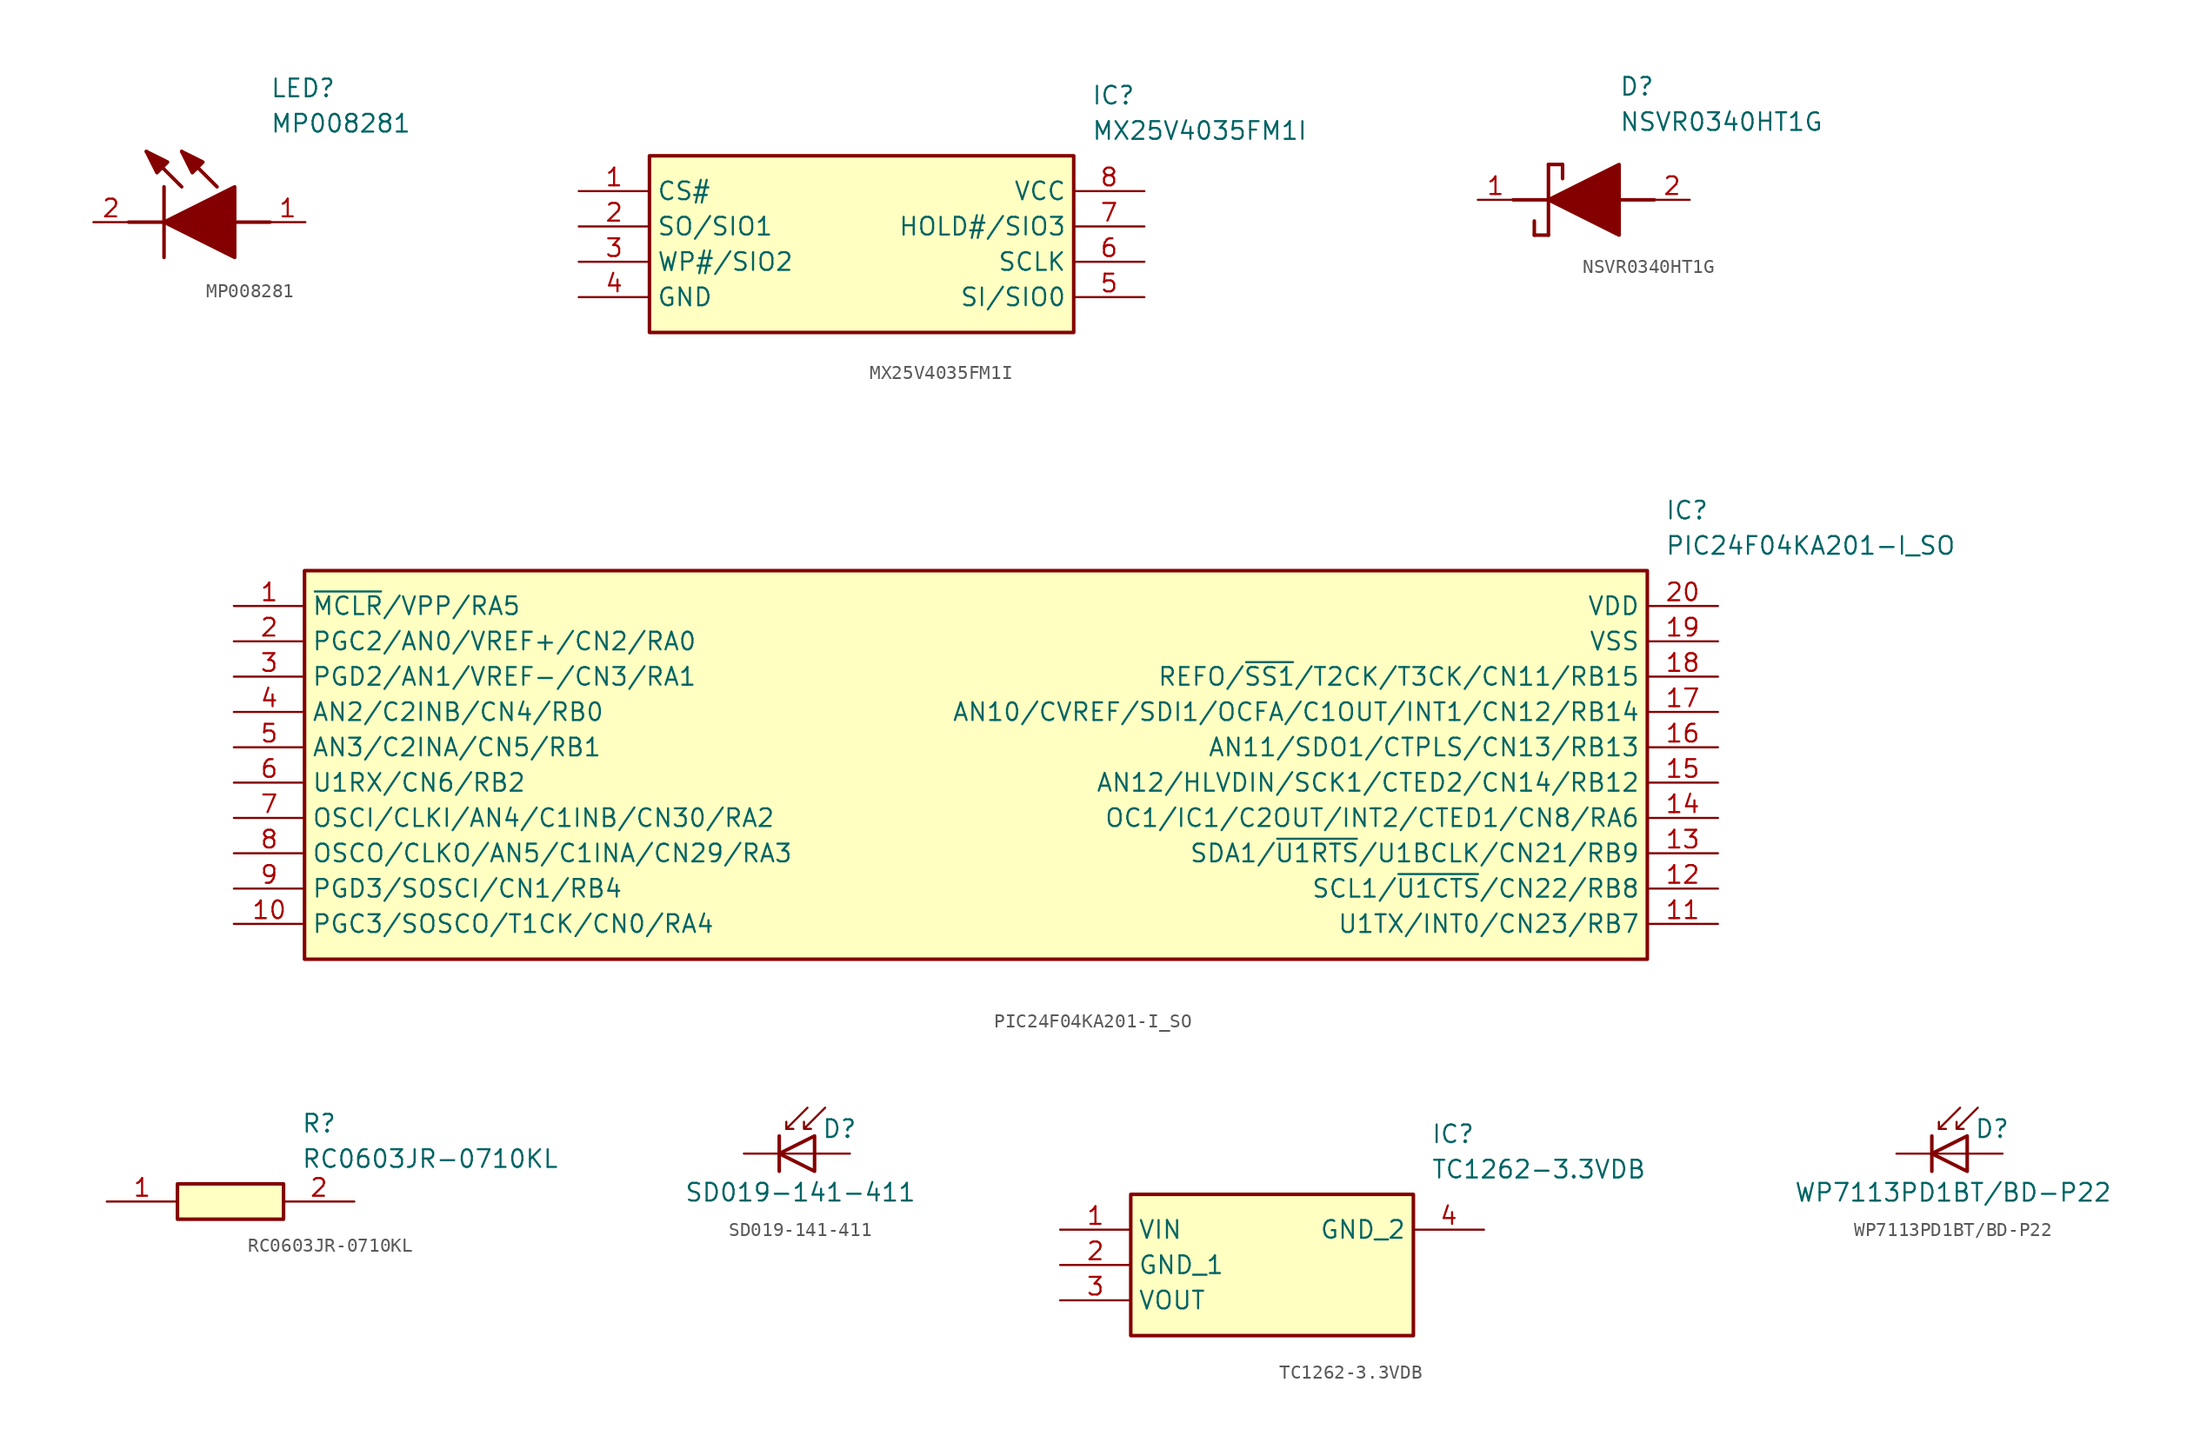
<source format=kicad_sym>
(kicad_symbol_lib
  (version 20241209)
  (generator "kicad_symbol_editor")
  (generator_version "9.0")
  (symbol "MP008281"
    (pin_names
      (hide yes))
    (property "Reference" "LED"
      (at 12.7 8.89 0)
      (effects (font (size 1.27 1.27)) (justify left bottom)))
    (property "Value" "MP008281"
      (at 12.7 6.35 0)
      (effects (font (size 1.27 1.27)) (justify left bottom)))
    (symbol "MP008281_1_1"
      (polyline (pts (xy 2.54 0) (xy 5.08 0)) (stroke (width 0.254) (type default)) (fill (type none)))
      (polyline (pts (xy 5.08 2.54) (xy 5.08 -2.54)) (stroke (width 0.254) (type default)) (fill (type none)))
      (polyline (pts (xy 5.08 0) (xy 10.16 2.54) (xy 10.16 -2.54) (xy 5.08 0)) (stroke (width 0.254) (type default)) (fill (type outline)))
      (polyline (pts (xy 5.334 4.318) (xy 4.572 3.556) (xy 3.81 5.08) (xy 5.334 4.318)) (stroke (width 0.254) (type default)) (fill (type outline)))
      (polyline (pts (xy 6.35 2.54) (xy 3.81 5.08)) (stroke (width 0.254) (type default)) (fill (type none)))
      (polyline (pts (xy 7.874 4.318) (xy 7.112 3.556) (xy 6.35 5.08) (xy 7.874 4.318)) (stroke (width 0.254) (type default)) (fill (type outline)))
      (polyline (pts (xy 8.89 2.54) (xy 6.35 5.08)) (stroke (width 0.254) (type default)) (fill (type none)))
      (polyline (pts (xy 10.16 0) (xy 12.7 0)) (stroke (width 0.254) (type default)) (fill (type none)))
      (pin passive line (at 0 0 0) (length 2.54) (name "K" (effects (font (size 1.27 1.27)))) (number "2" (effects (font (size 1.27 1.27)))))
      (pin passive line (at 15.24 0 180) (length 2.54) (name "A" (effects (font (size 1.27 1.27)))) (number "1" (effects (font (size 1.27 1.27)))))))
  (symbol "MX25V4035FM1I"
    (property "Reference" "IC"
      (at 36.83 7.62 0)
      (effects (font (size 1.27 1.27)) (justify left top)))
    (property "Value" "MX25V4035FM1I"
      (at 36.83 5.08 0)
      (effects (font (size 1.27 1.27)) (justify left top)))
    (symbol "MX25V4035FM1I_1_1"
      (rectangle (start 5.08 2.54) (end 35.56 -10.16) (stroke (width 0.254) (type default)) (fill (type background)))
      (pin passive line (at 0 0 0) (length 5.08) (name "CS#" (effects (font (size 1.27 1.27)))) (number "1" (effects (font (size 1.27 1.27)))))
      (pin passive line (at 0 -2.54 0) (length 5.08) (name "SO/SIO1" (effects (font (size 1.27 1.27)))) (number "2" (effects (font (size 1.27 1.27)))))
      (pin passive line (at 0 -5.08 0) (length 5.08) (name "WP#/SIO2" (effects (font (size 1.27 1.27)))) (number "3" (effects (font (size 1.27 1.27)))))
      (pin passive line (at 0 -7.62 0) (length 5.08) (name "GND" (effects (font (size 1.27 1.27)))) (number "4" (effects (font (size 1.27 1.27)))))
      (pin passive line (at 40.64 0 180) (length 5.08) (name "VCC" (effects (font (size 1.27 1.27)))) (number "8" (effects (font (size 1.27 1.27)))))
      (pin passive line (at 40.64 -2.54 180) (length 5.08) (name "HOLD#/SIO3" (effects (font (size 1.27 1.27)))) (number "7" (effects (font (size 1.27 1.27)))))
      (pin passive line (at 40.64 -5.08 180) (length 5.08) (name "SCLK" (effects (font (size 1.27 1.27)))) (number "6" (effects (font (size 1.27 1.27)))))
      (pin passive line (at 40.64 -7.62 180) (length 5.08) (name "SI/SIO0" (effects (font (size 1.27 1.27)))) (number "5" (effects (font (size 1.27 1.27)))))))
  (symbol "NSVR0340HT1G"
    (pin_names
      (hide yes))
    (property "Reference" "D"
      (at 12.7 8.89 0)
      (effects (font (size 1.27 1.27)) (justify left top)))
    (property "Value" "NSVR0340HT1G"
      (at 12.7 6.35 0)
      (effects (font (size 1.27 1.27)) (justify left top)))
    (symbol "NSVR0340HT1G_1_1"
      (polyline (pts (xy 5.08 0) (xy 7.62 0)) (stroke (width 0.254) (type default)) (fill (type none)))
      (polyline (pts (xy 6.604 -1.524) (xy 6.604 -2.54)) (stroke (width 0.254) (type default)) (fill (type none)))
      (polyline (pts (xy 7.62 2.54) (xy 7.62 -2.54)) (stroke (width 0.254) (type default)) (fill (type none)))
      (polyline (pts (xy 7.62 2.54) (xy 8.636 2.54)) (stroke (width 0.254) (type default)) (fill (type none)))
      (polyline (pts (xy 7.62 0) (xy 12.7 2.54) (xy 12.7 -2.54) (xy 7.62 0)) (stroke (width 0.254) (type default)) (fill (type outline)))
      (polyline (pts (xy 7.62 -2.54) (xy 6.604 -2.54)) (stroke (width 0.254) (type default)) (fill (type none)))
      (polyline (pts (xy 8.636 1.524) (xy 8.636 2.54)) (stroke (width 0.254) (type default)) (fill (type none)))
      (polyline (pts (xy 12.7 0) (xy 15.24 0)) (stroke (width 0.254) (type default)) (fill (type none)))
      (pin passive line (at 2.54 0 0) (length 2.54) (name "K" (effects (font (size 1.27 1.27)))) (number "1" (effects (font (size 1.27 1.27)))))
      (pin passive line (at 17.78 0 180) (length 2.54) (name "A" (effects (font (size 1.27 1.27)))) (number "2" (effects (font (size 1.27 1.27)))))))
  (symbol "PIC24F04KA201-I_SO"
    (property "Reference" "IC"
      (at 102.87 7.62 0)
      (effects (font (size 1.27 1.27)) (justify left top)))
    (property "Value" "PIC24F04KA201-I_SO"
      (at 102.87 5.08 0)
      (effects (font (size 1.27 1.27)) (justify left top)))
    (symbol "PIC24F04KA201-I_SO_1_1"
      (rectangle (start 5.08 2.54) (end 101.6 -25.4) (stroke (width 0.254) (type default)) (fill (type background)))
      (pin passive line (at 0 0 0) (length 5.08) (name "~{MCLR}/VPP/RA5" (effects (font (size 1.27 1.27)))) (number "1" (effects (font (size 1.27 1.27)))))
      (pin input line (at 0 -2.54 0) (length 5.08) (name "PGC2/AN0/VREF+/CN2/RA0" (effects (font (size 1.27 1.27)))) (number "2" (effects (font (size 1.27 1.27)))))
      (pin input line (at 0 -5.08 0) (length 5.08) (name "PGD2/AN1/VREF-/CN3/RA1" (effects (font (size 1.27 1.27)))) (number "3" (effects (font (size 1.27 1.27)))))
      (pin input line (at 0 -7.62 0) (length 5.08) (name "AN2/C2INB/CN4/RB0" (effects (font (size 1.27 1.27)))) (number "4" (effects (font (size 1.27 1.27)))))
      (pin input line (at 0 -10.16 0) (length 5.08) (name "AN3/C2INA/CN5/RB1" (effects (font (size 1.27 1.27)))) (number "5" (effects (font (size 1.27 1.27)))))
      (pin passive line (at 0 -12.7 0) (length 5.08) (name "U1RX/CN6/RB2" (effects (font (size 1.27 1.27)))) (number "6" (effects (font (size 1.27 1.27)))))
      (pin input line (at 0 -15.24 0) (length 5.08) (name "OSCI/CLKI/AN4/C1INB/CN30/RA2" (effects (font (size 1.27 1.27)))) (number "7" (effects (font (size 1.27 1.27)))))
      (pin output line (at 0 -17.78 0) (length 5.08) (name "OSCO/CLKO/AN5/C1INA/CN29/RA3" (effects (font (size 1.27 1.27)))) (number "8" (effects (font (size 1.27 1.27)))))
      (pin passive line (at 0 -20.32 0) (length 5.08) (name "PGD3/SOSCI/CN1/RB4" (effects (font (size 1.27 1.27)))) (number "9" (effects (font (size 1.27 1.27)))))
      (pin passive line (at 0 -22.86 0) (length 5.08) (name "PGC3/SOSCO/T1CK/CN0/RA4" (effects (font (size 1.27 1.27)))) (number "10" (effects (font (size 1.27 1.27)))))
      (pin power_in line (at 106.68 0 180) (length 5.08) (name "VDD" (effects (font (size 1.27 1.27)))) (number "20" (effects (font (size 1.27 1.27)))))
      (pin power_in line (at 106.68 -2.54 180) (length 5.08) (name "VSS" (effects (font (size 1.27 1.27)))) (number "19" (effects (font (size 1.27 1.27)))))
      (pin input line (at 106.68 -5.08 180) (length 5.08) (name "REFO/~{SS1}/T2CK/T3CK/CN11/RB15" (effects (font (size 1.27 1.27)))) (number "18" (effects (font (size 1.27 1.27)))))
      (pin output line (at 106.68 -7.62 180) (length 5.08) (name "AN10/CVREF/SDI1/OCFA/C1OUT/INT1/CN12/RB14" (effects (font (size 1.27 1.27)))) (number "17" (effects (font (size 1.27 1.27)))))
      (pin passive line (at 106.68 -10.16 180) (length 5.08) (name "AN11/SDO1/CTPLS/CN13/RB13" (effects (font (size 1.27 1.27)))) (number "16" (effects (font (size 1.27 1.27)))))
      (pin input line (at 106.68 -12.7 180) (length 5.08) (name "AN12/HLVDIN/SCK1/CTED2/CN14/RB12" (effects (font (size 1.27 1.27)))) (number "15" (effects (font (size 1.27 1.27)))))
      (pin output line (at 106.68 -15.24 180) (length 5.08) (name "OC1/IC1/C2OUT/INT2/CTED1/CN8/RA6" (effects (font (size 1.27 1.27)))) (number "14" (effects (font (size 1.27 1.27)))))
      (pin input line (at 106.68 -17.78 180) (length 5.08) (name "SDA1/~{U1RTS}/U1BCLK/CN21/RB9" (effects (font (size 1.27 1.27)))) (number "13" (effects (font (size 1.27 1.27)))))
      (pin passive line (at 106.68 -20.32 180) (length 5.08) (name "SCL1/~{U1CTS}/CN22/RB8" (effects (font (size 1.27 1.27)))) (number "12" (effects (font (size 1.27 1.27)))))
      (pin input line (at 106.68 -22.86 180) (length 5.08) (name "U1TX/INT0/CN23/RB7" (effects (font (size 1.27 1.27)))) (number "11" (effects (font (size 1.27 1.27)))))))
  (symbol "RC0603JR-0710KL"
    (pin_names hide)
    (property "Reference" "R"
      (at 13.97 6.35 0)
      (effects (font (size 1.27 1.27)) (justify left top)))
    (property "Value" "RC0603JR-0710KL"
      (at 13.97 3.81 0)
      (effects (font (size 1.27 1.27)) (justify left top)))
    (rectangle
      (start 5.08 1.27)
      (end 12.7 -1.27)
      (stroke (width 0.254) (type default))
      (fill (type background)))
    (pin passive line
      (at 0 0 0)
      (length 5.08)
      (name "1" (effects (font (size 1.27 1.27))))
      (number "1" (effects (font (size 1.27 1.27)))))
    (pin passive line
      (at 17.78 0 180)
      (length 5.08)
      (name "2" (effects (font (size 1.27 1.27))))
      (number "2" (effects (font (size 1.27 1.27))))))
  (symbol "SD019-141-411"
    (pin_numbers
      (hide yes))
    (pin_names
      (hide yes))
    (property "Reference" "D"
      (at 0.508 1.778 0)
      (effects (font (size 1.27 1.27)) (justify left)))
    (property "Value" "SD019-141-411"
      (at -1.016 -2.794 0)
      (effects (font (size 1.27 1.27))))
    (symbol "SD019-141-411_0_1"
      (polyline (pts (xy -2.54 1.27) (xy -2.54 -1.27)) (stroke (width 0.254) (type default)) (fill (type none)))
      (polyline (pts (xy -2.032 1.778) (xy -1.524 1.778)) (stroke (width 0) (type default)) (fill (type none)))
      (polyline (pts (xy -0.508 3.302) (xy -2.032 1.778) (xy -2.032 2.286)) (stroke (width 0) (type default)) (fill (type none)))
      (polyline (pts (xy 0 0) (xy -2.54 0)) (stroke (width 0) (type default)) (fill (type none)))
      (polyline (pts (xy 0 -1.27) (xy 0 1.27) (xy -2.54 0) (xy 0 -1.27)) (stroke (width 0.254) (type default)) (fill (type none)))
      (polyline (pts (xy 0.762 3.302) (xy -0.762 1.778) (xy -0.762 2.286) (xy -0.762 1.778) (xy -0.254 1.778)) (stroke (width 0) (type default)) (fill (type none))))
    (symbol "SD019-141-411_1_1"
      (pin passive line (at -5.08 0 0) (length 2.54) (name "K" (effects (font (size 1.27 1.27)))) (number "2" (effects (font (size 1.27 1.27)))))
      (pin passive line (at 2.54 0 180) (length 2.54) (name "A" (effects (font (size 1.27 1.27)))) (number "1" (effects (font (size 1.27 1.27)))))))
  (symbol "TC1262-3.3VDB"
    (property "Reference" "IC"
      (at 26.67 7.62 0)
      (effects (font (size 1.27 1.27)) (justify left top)))
    (property "Value" "TC1262-3.3VDB"
      (at 26.67 5.08 0)
      (effects (font (size 1.27 1.27)) (justify left top)))
    (symbol "TC1262-3.3VDB_1_1"
      (rectangle (start 5.08 2.54) (end 25.4 -7.62) (stroke (width 0.254) (type default)) (fill (type background)))
      (pin passive line (at 0 0 0) (length 5.08) (name "VIN" (effects (font (size 1.27 1.27)))) (number "1" (effects (font (size 1.27 1.27)))))
      (pin passive line (at 0 -2.54 0) (length 5.08) (name "GND_1" (effects (font (size 1.27 1.27)))) (number "2" (effects (font (size 1.27 1.27)))))
      (pin passive line (at 0 -5.08 0) (length 5.08) (name "VOUT" (effects (font (size 1.27 1.27)))) (number "3" (effects (font (size 1.27 1.27)))))
      (pin passive line (at 30.48 0 180) (length 5.08) (name "GND_2" (effects (font (size 1.27 1.27)))) (number "4" (effects (font (size 1.27 1.27)))))))
  (symbol "WP7113PD1BT/BD-P22"
    (pin_numbers
      (hide yes))
    (pin_names
      (hide yes))
    (property "Reference" "D"
      (at 0.508 1.778 0)
      (effects (font (size 1.27 1.27)) (justify left)))
    (property "Value" "WP7113PD1BT/BD-P22"
      (at -1.016 -2.794 0)
      (effects (font (size 1.27 1.27))))
    (symbol "WP7113PD1BT/BD-P22_0_1"
      (polyline (pts (xy -2.54 1.27) (xy -2.54 -1.27)) (stroke (width 0.254) (type default)) (fill (type none)))
      (polyline (pts (xy -2.032 1.778) (xy -1.524 1.778)) (stroke (width 0) (type default)) (fill (type none)))
      (polyline (pts (xy -0.508 3.302) (xy -2.032 1.778) (xy -2.032 2.286)) (stroke (width 0) (type default)) (fill (type none)))
      (polyline (pts (xy 0 0) (xy -2.54 0)) (stroke (width 0) (type default)) (fill (type none)))
      (polyline (pts (xy 0 -1.27) (xy 0 1.27) (xy -2.54 0) (xy 0 -1.27)) (stroke (width 0.254) (type default)) (fill (type none)))
      (polyline (pts (xy 0.762 3.302) (xy -0.762 1.778) (xy -0.762 2.286) (xy -0.762 1.778) (xy -0.254 1.778)) (stroke (width 0) (type default)) (fill (type none))))
    (symbol "WP7113PD1BT/BD-P22_1_1"
      (pin passive line (at -5.08 0 0) (length 2.54) (name "K" (effects (font (size 1.27 1.27)))) (number "2" (effects (font (size 1.27 1.27)))))
      (pin passive line (at 2.54 0 180) (length 2.54) (name "A" (effects (font (size 1.27 1.27)))) (number "1" (effects (font (size 1.27 1.27))))))))
</source>
